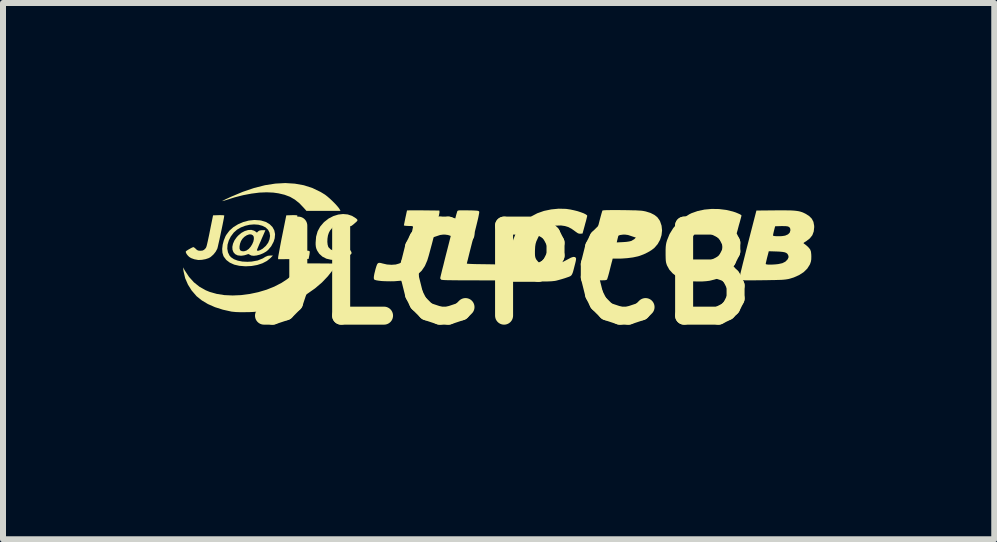
<source format=kicad_pcb>
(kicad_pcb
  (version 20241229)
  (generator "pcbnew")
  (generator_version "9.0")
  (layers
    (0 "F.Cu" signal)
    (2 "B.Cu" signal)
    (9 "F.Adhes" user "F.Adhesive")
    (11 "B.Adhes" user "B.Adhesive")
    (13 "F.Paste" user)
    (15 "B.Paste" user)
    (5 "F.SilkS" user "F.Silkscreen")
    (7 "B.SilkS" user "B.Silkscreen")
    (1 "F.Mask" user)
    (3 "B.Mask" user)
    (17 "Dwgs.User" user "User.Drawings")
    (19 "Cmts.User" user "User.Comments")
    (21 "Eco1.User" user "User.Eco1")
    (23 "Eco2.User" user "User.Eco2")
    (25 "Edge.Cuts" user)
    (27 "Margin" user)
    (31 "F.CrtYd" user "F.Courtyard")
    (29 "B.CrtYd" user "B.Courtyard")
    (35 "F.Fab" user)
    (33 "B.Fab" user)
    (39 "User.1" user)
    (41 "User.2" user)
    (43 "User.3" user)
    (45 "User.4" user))
  (footprint "JLCPCB"
    (layer "F.Cu")
    (at 5.313 1.531)
    (property "Reference" "JLCPCB" (at 0 0 0) (layer "F.SilkS") (effects (font (size 1.5 1.5) (thickness 0.3))))
    (attr board_only exclude_from_pos_files exclude_from_bom)
    (fp_poly (pts (xy -3.45 -1.521) (xy -3.299 -1.494) (xy -3.157 -1.448) (xy -3.022 -1.383) (xy -2.948 -1.338) (xy -2.913 -1.311) (xy -2.871 -1.275) (xy -2.827 -1.234) (xy -2.785 -1.192) (xy -2.748 -1.152) (xy -2.72 -1.118) (xy -2.708 -1.101) (xy -2.69 -1.068) (xy -2.974 -1.068) (xy -3.258 -1.068) (xy -3.3 -1.116) (xy -3.374 -1.194) (xy -3.45 -1.255) (xy -3.531 -1.302) (xy -3.622 -1.336) (xy -3.724 -1.36) (xy -3.809 -1.372) (xy -3.919 -1.377) (xy -4.042 -1.372) (xy -4.174 -1.355) (xy -4.312 -1.329) (xy -4.453 -1.293) (xy -4.535 -1.267) (xy -4.582 -1.252) (xy -4.621 -1.24) (xy -4.648 -1.233) (xy -4.661 -1.23) (xy -4.661 -1.231) (xy -4.651 -1.237) (xy -4.626 -1.25) (xy -4.589 -1.268) (xy -4.543 -1.289) (xy -4.513 -1.303) (xy -4.318 -1.385) (xy -4.129 -1.449) (xy -3.948 -1.495) (xy -3.775 -1.522) (xy -3.609 -1.531)) (stroke (width 0) (type solid)) (fill yes) (layer "F.SilkS"))
    (fp_poly (pts (xy -3.426 -0.995) (xy -3.411 -0.991) (xy -3.407 -0.985) (xy -3.409 -0.972) (xy -3.414 -0.942) (xy -3.423 -0.897) (xy -3.433 -0.841) (xy -3.446 -0.776) (xy -3.461 -0.704) (xy -3.462 -0.696) (xy -3.476 -0.624) (xy -3.489 -0.559) (xy -3.499 -0.502) (xy -3.507 -0.458) (xy -3.511 -0.428) (xy -3.512 -0.414) (xy -3.512 -0.414) (xy -3.5 -0.412) (xy -3.472 -0.41) (xy -3.431 -0.409) (xy -3.382 -0.408) (xy -3.361 -0.408) (xy -3.306 -0.408) (xy -3.259 -0.406) (xy -3.226 -0.403) (xy -3.208 -0.399) (xy -3.207 -0.398) (xy -3.202 -0.381) (xy -3.206 -0.346) (xy -3.209 -0.328) (xy -3.221 -0.267) (xy -3.475 -0.264) (xy -3.729 -0.262) (xy -3.729 -0.29) (xy -3.727 -0.306) (xy -3.721 -0.339) (xy -3.712 -0.388) (xy -3.701 -0.448) (xy -3.688 -0.518) (xy -3.673 -0.596) (xy -3.661 -0.655) (xy -3.593 -0.993) (xy -3.5 -0.996) (xy -3.454 -0.996)) (stroke (width 0) (type solid)) (fill yes) (layer "F.SilkS"))
    (fp_poly (pts (xy -4.648 -0.995) (xy -4.629 -0.992) (xy -4.626 -0.99) (xy -4.629 -0.974) (xy -4.634 -0.941) (xy -4.643 -0.895) (xy -4.654 -0.839) (xy -4.667 -0.776) (xy -4.681 -0.711) (xy -4.695 -0.645) (xy -4.708 -0.583) (xy -4.721 -0.527) (xy -4.731 -0.482) (xy -4.739 -0.449) (xy -4.744 -0.434) (xy -4.77 -0.386) (xy -4.808 -0.339) (xy -4.852 -0.3) (xy -4.887 -0.28) (xy -4.938 -0.263) (xy -4.998 -0.252) (xy -5.054 -0.249) (xy -5.065 -0.25) (xy -5.125 -0.261) (xy -5.18 -0.281) (xy -5.209 -0.299) (xy -5.233 -0.322) (xy -5.254 -0.349) (xy -5.266 -0.374) (xy -5.267 -0.392) (xy -5.267 -0.393) (xy -5.254 -0.403) (xy -5.23 -0.419) (xy -5.2 -0.436) (xy -5.171 -0.452) (xy -5.148 -0.462) (xy -5.141 -0.464) (xy -5.127 -0.457) (xy -5.106 -0.44) (xy -5.1 -0.433) (xy -5.078 -0.414) (xy -5.054 -0.405) (xy -5.025 -0.403) (xy -4.99 -0.406) (xy -4.966 -0.417) (xy -4.95 -0.431) (xy -4.943 -0.439) (xy -4.936 -0.446) (xy -4.93 -0.456) (xy -4.924 -0.471) (xy -4.918 -0.491) (xy -4.911 -0.52) (xy -4.902 -0.559) (xy -4.891 -0.61) (xy -4.877 -0.676) (xy -4.861 -0.757) (xy -4.846 -0.832) (xy -4.813 -0.993) (xy -4.72 -0.996) (xy -4.679 -0.996)) (stroke (width 0) (type solid)) (fill yes) (layer "F.SilkS"))
    (fp_poly (pts (xy -2.569 -1.008) (xy -2.497 -0.984) (xy -2.433 -0.944) (xy -2.43 -0.942) (xy -2.414 -0.927) (xy -2.407 -0.915) (xy -2.41 -0.902) (xy -2.425 -0.885) (xy -2.454 -0.86) (xy -2.471 -0.845) (xy -2.499 -0.823) (xy -2.516 -0.813) (xy -2.527 -0.812) (xy -2.538 -0.82) (xy -2.538 -0.82) (xy -2.57 -0.84) (xy -2.61 -0.857) (xy -2.649 -0.866) (xy -2.659 -0.867) (xy -2.715 -0.857) (xy -2.771 -0.831) (xy -2.822 -0.791) (xy -2.864 -0.74) (xy -2.884 -0.702) (xy -2.899 -0.657) (xy -2.907 -0.604) (xy -2.909 -0.551) (xy -2.904 -0.504) (xy -2.893 -0.467) (xy -2.889 -0.461) (xy -2.853 -0.425) (xy -2.807 -0.404) (xy -2.752 -0.4) (xy -2.691 -0.411) (xy -2.636 -0.434) (xy -2.604 -0.45) (xy -2.58 -0.46) (xy -2.568 -0.463) (xy -2.567 -0.463) (xy -2.56 -0.453) (xy -2.544 -0.433) (xy -2.53 -0.415) (xy -2.512 -0.389) (xy -2.505 -0.368) (xy -2.51 -0.351) (xy -2.53 -0.334) (xy -2.566 -0.313) (xy -2.591 -0.3) (xy -2.68 -0.265) (xy -2.771 -0.25) (xy -2.848 -0.253) (xy -2.925 -0.271) (xy -2.991 -0.305) (xy -3.044 -0.353) (xy -3.078 -0.405) (xy -3.092 -0.437) (xy -3.1 -0.468) (xy -3.104 -0.506) (xy -3.104 -0.54) (xy -3.096 -0.639) (xy -3.071 -0.727) (xy -3.028 -0.806) (xy -2.968 -0.876) (xy -2.958 -0.885) (xy -2.886 -0.941) (xy -2.808 -0.981) (xy -2.727 -1.006) (xy -2.647 -1.015)) (stroke (width 0) (type solid)) (fill yes) (layer "F.SilkS"))
    (fp_poly (pts (xy -2.968 -0.191) (xy -2.901 -0.191) (xy -2.843 -0.19) (xy -2.797 -0.189) (xy -2.766 -0.187) (xy -2.752 -0.186) (xy -2.752 -0.185) (xy -2.758 -0.172) (xy -2.774 -0.146) (xy -2.797 -0.112) (xy -2.826 -0.072) (xy -2.858 -0.031) (xy -2.89 0.009) (xy -2.901 0.023) (xy -2.999 0.126) (xy -3.114 0.224) (xy -3.244 0.315) (xy -3.385 0.396) (xy -3.44 0.423) (xy -3.571 0.481) (xy -3.707 0.529) (xy -3.853 0.568) (xy -3.931 0.586) (xy -3.993 0.598) (xy -4.047 0.607) (xy -4.098 0.613) (xy -4.154 0.617) (xy -4.222 0.62) (xy -4.253 0.62) (xy -4.354 0.621) (xy -4.434 0.618) (xy -4.496 0.612) (xy -4.505 0.611) (xy -4.649 0.579) (xy -4.781 0.537) (xy -4.899 0.485) (xy -5.001 0.424) (xy -5.087 0.355) (xy -5.093 0.348) (xy -5.17 0.259) (xy -5.232 0.16) (xy -5.278 0.054) (xy -5.304 -0.057) (xy -5.307 -0.076) (xy -5.313 -0.126) (xy -5.283 -0.073) (xy -5.213 0.033) (xy -5.132 0.123) (xy -5.039 0.197) (xy -4.934 0.256) (xy -4.868 0.283) (xy -4.751 0.316) (xy -4.623 0.336) (xy -4.487 0.342) (xy -4.346 0.336) (xy -4.202 0.317) (xy -4.06 0.287) (xy -3.922 0.246) (xy -3.792 0.194) (xy -3.672 0.132) (xy -3.579 0.071) (xy -3.538 0.038) (xy -3.492 -0.003) (xy -3.447 -0.047) (xy -3.406 -0.091) (xy -3.372 -0.13) (xy -3.351 -0.16) (xy -3.332 -0.192) (xy -3.042 -0.192)) (stroke (width 0) (type solid)) (fill yes) (layer "F.SilkS"))
    (fp_poly (pts (xy -0.632 -1.077) (xy -0.571 -1.076) (xy -0.563 -1.076) (xy -0.499 -1.075) (xy -0.452 -1.073) (xy -0.419 -1.071) (xy -0.398 -1.068) (xy -0.386 -1.063) (xy -0.38 -1.057) (xy -0.378 -1.047) (xy -0.38 -1.028) (xy -0.386 -0.996) (xy -0.395 -0.951) (xy -0.409 -0.892) (xy -0.427 -0.818) (xy -0.45 -0.726) (xy -0.477 -0.618) (xy -0.5 -0.53) (xy -0.521 -0.447) (xy -0.54 -0.372) (xy -0.556 -0.307) (xy -0.569 -0.254) (xy -0.579 -0.216) (xy -0.584 -0.194) (xy -0.585 -0.189) (xy -0.575 -0.187) (xy -0.548 -0.185) (xy -0.506 -0.183) (xy -0.451 -0.181) (xy -0.387 -0.18) (xy -0.316 -0.179) (xy -0.235 -0.178) (xy -0.172 -0.177) (xy -0.124 -0.176) (xy -0.089 -0.174) (xy -0.065 -0.172) (xy -0.05 -0.168) (xy -0.041 -0.164) (xy -0.037 -0.159) (xy -0.032 -0.145) (xy -0.034 -0.121) (xy -0.041 -0.085) (xy -0.05 -0.048) (xy -0.061 -0.005) (xy -0.071 0.033) (xy -0.079 0.06) (xy -0.082 0.068) (xy -0.09 0.091) (xy -0.542 0.09) (xy -0.659 0.09) (xy -0.762 0.089) (xy -0.848 0.088) (xy -0.916 0.087) (xy -0.967 0.085) (xy -0.999 0.082) (xy -1.01 0.08) (xy -1.025 0.064) (xy -1.028 0.054) (xy -1.026 0.041) (xy -1.019 0.011) (xy -1.008 -0.034) (xy -0.994 -0.092) (xy -0.976 -0.161) (xy -0.957 -0.239) (xy -0.936 -0.323) (xy -0.913 -0.412) (xy -0.89 -0.502) (xy -0.867 -0.593) (xy -0.845 -0.681) (xy -0.823 -0.765) (xy -0.803 -0.843) (xy -0.785 -0.912) (xy -0.77 -0.97) (xy -0.758 -1.015) (xy -0.749 -1.044) (xy -0.746 -1.056) (xy -0.742 -1.064) (xy -0.736 -1.07) (xy -0.725 -1.074) (xy -0.706 -1.076) (xy -0.676 -1.077)) (stroke (width 0) (type solid)) (fill yes) (layer "F.SilkS"))
    (fp_poly (pts (xy -1.385 -1.077) (xy -1.314 -1.076) (xy -1.313 -1.076) (xy -1.043 -1.073) (xy -1.04 -1.048) (xy -1.042 -1.033) (xy -1.048 -1) (xy -1.059 -0.954) (xy -1.072 -0.896) (xy -1.089 -0.829) (xy -1.107 -0.755) (xy -1.126 -0.677) (xy -1.146 -0.598) (xy -1.166 -0.52) (xy -1.186 -0.447) (xy -1.204 -0.379) (xy -1.22 -0.32) (xy -1.234 -0.274) (xy -1.244 -0.241) (xy -1.245 -0.239) (xy -1.284 -0.149) (xy -1.336 -0.072) (xy -1.401 -0.01) (xy -1.48 0.038) (xy -1.572 0.073) (xy -1.68 0.096) (xy -1.794 0.105) (xy -1.854 0.106) (xy -1.92 0.105) (xy -1.981 0.103) (xy -2.009 0.101) (xy -2.053 0.096) (xy -2.09 0.09) (xy -2.115 0.083) (xy -2.123 0.08) (xy -2.132 0.068) (xy -2.135 0.05) (xy -2.133 0.022) (xy -2.126 -0.018) (xy -2.112 -0.074) (xy -2.108 -0.091) (xy -2.093 -0.142) (xy -2.08 -0.176) (xy -2.066 -0.195) (xy -2.048 -0.202) (xy -2.022 -0.2) (xy -1.993 -0.192) (xy -1.915 -0.174) (xy -1.839 -0.169) (xy -1.769 -0.174) (xy -1.71 -0.191) (xy -1.686 -0.203) (xy -1.665 -0.221) (xy -1.644 -0.248) (xy -1.624 -0.287) (xy -1.603 -0.34) (xy -1.581 -0.407) (xy -1.557 -0.491) (xy -1.537 -0.564) (xy -1.521 -0.628) (xy -1.507 -0.687) (xy -1.495 -0.736) (xy -1.487 -0.773) (xy -1.482 -0.795) (xy -1.482 -0.799) (xy -1.484 -0.808) (xy -1.495 -0.813) (xy -1.517 -0.816) (xy -1.555 -0.816) (xy -1.557 -0.816) (xy -1.596 -0.818) (xy -1.623 -0.821) (xy -1.633 -0.826) (xy -1.633 -0.827) (xy -1.631 -0.84) (xy -1.625 -0.869) (xy -1.617 -0.909) (xy -1.608 -0.953) (xy -1.598 -0.999) (xy -1.59 -1.037) (xy -1.584 -1.064) (xy -1.582 -1.074) (xy -1.573 -1.075) (xy -1.546 -1.076) (xy -1.503 -1.077) (xy -1.449 -1.077)) (stroke (width 0) (type solid)) (fill yes) (layer "F.SilkS"))
    (fp_poly (pts (xy 1.065 -1.101) (xy 1.081 -1.099) (xy 1.141 -1.09) (xy 1.202 -1.077) (xy 1.262 -1.062) (xy 1.316 -1.044) (xy 1.362 -1.027) (xy 1.397 -1.009) (xy 1.417 -0.994) (xy 1.421 -0.985) (xy 1.418 -0.971) (xy 1.411 -0.942) (xy 1.401 -0.901) (xy 1.387 -0.852) (xy 1.382 -0.832) (xy 1.343 -0.69) (xy 1.308 -0.687) (xy 1.284 -0.688) (xy 1.26 -0.698) (xy 1.23 -0.719) (xy 1.223 -0.724) (xy 1.162 -0.768) (xy 1.106 -0.798) (xy 1.05 -0.815) (xy 0.987 -0.824) (xy 0.977 -0.824) (xy 0.881 -0.821) (xy 0.797 -0.8) (xy 0.723 -0.762) (xy 0.66 -0.708) (xy 0.609 -0.637) (xy 0.573 -0.559) (xy 0.561 -0.519) (xy 0.554 -0.476) (xy 0.551 -0.423) (xy 0.55 -0.398) (xy 0.55 -0.35) (xy 0.552 -0.316) (xy 0.557 -0.291) (xy 0.566 -0.269) (xy 0.573 -0.256) (xy 0.609 -0.213) (xy 0.658 -0.183) (xy 0.718 -0.166) (xy 0.787 -0.161) (xy 0.863 -0.169) (xy 0.944 -0.19) (xy 1.028 -0.223) (xy 1.101 -0.262) (xy 1.15 -0.288) (xy 1.187 -0.3) (xy 1.214 -0.299) (xy 1.23 -0.287) (xy 1.235 -0.277) (xy 1.235 -0.261) (xy 1.231 -0.235) (xy 1.222 -0.196) (xy 1.21 -0.15) (xy 1.195 -0.091) (xy 1.183 -0.047) (xy 1.171 -0.017) (xy 1.159 0.004) (xy 1.142 0.019) (xy 1.118 0.03) (xy 1.086 0.041) (xy 1.052 0.053) (xy 1 0.069) (xy 0.947 0.084) (xy 0.901 0.096) (xy 0.877 0.1) (xy 0.831 0.105) (xy 0.772 0.108) (xy 0.706 0.109) (xy 0.642 0.108) (xy 0.584 0.105) (xy 0.542 0.1) (xy 0.464 0.081) (xy 0.388 0.05) (xy 0.32 0.012) (xy 0.265 -0.033) (xy 0.249 -0.05) (xy 0.203 -0.119) (xy 0.172 -0.2) (xy 0.155 -0.29) (xy 0.152 -0.386) (xy 0.163 -0.485) (xy 0.188 -0.586) (xy 0.227 -0.685) (xy 0.239 -0.708) (xy 0.288 -0.784) (xy 0.351 -0.858) (xy 0.426 -0.926) (xy 0.506 -0.984) (xy 0.588 -1.027) (xy 0.59 -1.028) (xy 0.701 -1.067) (xy 0.822 -1.092) (xy 0.945 -1.104)) (stroke (width 0) (type solid)) (fill yes) (layer "F.SilkS"))
    (fp_poly (pts (xy 1.926 -1.081) (xy 2.004 -1.08) (xy 2.097 -1.079) (xy 2.173 -1.077) (xy 2.233 -1.076) (xy 2.281 -1.073) (xy 2.319 -1.071) (xy 2.35 -1.067) (xy 2.376 -1.062) (xy 2.396 -1.058) (xy 2.476 -1.033) (xy 2.539 -1.001) (xy 2.588 -0.963) (xy 2.624 -0.914) (xy 2.635 -0.894) (xy 2.66 -0.82) (xy 2.668 -0.741) (xy 2.659 -0.662) (xy 2.634 -0.584) (xy 2.594 -0.513) (xy 2.54 -0.451) (xy 2.536 -0.447) (xy 2.488 -0.411) (xy 2.427 -0.375) (xy 2.36 -0.343) (xy 2.294 -0.318) (xy 2.263 -0.309) (xy 2.183 -0.292) (xy 2.091 -0.28) (xy 1.996 -0.273) (xy 1.938 -0.272) (xy 1.845 -0.272) (xy 1.836 -0.234) (xy 1.829 -0.21) (xy 1.819 -0.171) (xy 1.807 -0.124) (xy 1.794 -0.072) (xy 1.794 -0.071) (xy 1.781 -0.021) (xy 1.769 0.022) (xy 1.759 0.054) (xy 1.753 0.072) (xy 1.752 0.073) (xy 1.747 0.08) (xy 1.737 0.084) (xy 1.719 0.088) (xy 1.691 0.089) (xy 1.649 0.09) (xy 1.59 0.091) (xy 1.578 0.091) (xy 1.514 0.09) (xy 1.468 0.089) (xy 1.436 0.087) (xy 1.414 0.084) (xy 1.402 0.079) (xy 1.397 0.075) (xy 1.384 0.06) (xy 1.381 0.053) (xy 1.383 0.04) (xy 1.39 0.01) (xy 1.401 -0.036) (xy 1.416 -0.094) (xy 1.433 -0.163) (xy 1.453 -0.24) (xy 1.475 -0.324) (xy 1.498 -0.413) (xy 1.521 -0.503) (xy 1.531 -0.542) (xy 1.913 -0.542) (xy 2.017 -0.547) (xy 2.073 -0.551) (xy 2.12 -0.558) (xy 2.153 -0.566) (xy 2.158 -0.568) (xy 2.205 -0.596) (xy 2.239 -0.631) (xy 2.26 -0.67) (xy 2.267 -0.709) (xy 2.261 -0.747) (xy 2.242 -0.779) (xy 2.209 -0.802) (xy 2.173 -0.812) (xy 2.142 -0.814) (xy 2.099 -0.815) (xy 2.057 -0.815) (xy 1.982 -0.811) (xy 1.954 -0.709) (xy 1.942 -0.662) (xy 1.931 -0.619) (xy 1.923 -0.587) (xy 1.92 -0.574) (xy 1.913 -0.542) (xy 1.531 -0.542) (xy 1.545 -0.594) (xy 1.568 -0.683) (xy 1.591 -0.768) (xy 1.612 -0.847) (xy 1.63 -0.917) (xy 1.646 -0.977) (xy 1.659 -1.024) (xy 1.669 -1.057) (xy 1.674 -1.072) (xy 1.674 -1.073) (xy 1.688 -1.076) (xy 1.72 -1.079) (xy 1.771 -1.08) (xy 1.84 -1.081)) (stroke (width 0) (type solid)) (fill yes) (layer "F.SilkS"))
    (fp_poly (pts (xy 3.617 -1.098) (xy 3.738 -1.083) (xy 3.847 -1.057) (xy 3.893 -1.042) (xy 3.934 -1.025) (xy 3.967 -1.01) (xy 3.987 -0.997) (xy 3.991 -0.991) (xy 3.989 -0.979) (xy 3.982 -0.951) (xy 3.972 -0.914) (xy 3.962 -0.877) (xy 3.948 -0.829) (xy 3.936 -0.783) (xy 3.926 -0.745) (xy 3.921 -0.728) (xy 3.913 -0.701) (xy 3.903 -0.689) (xy 3.885 -0.686) (xy 3.875 -0.685) (xy 3.85 -0.689) (xy 3.822 -0.702) (xy 3.786 -0.727) (xy 3.775 -0.735) (xy 3.723 -0.772) (xy 3.676 -0.797) (xy 3.628 -0.812) (xy 3.572 -0.82) (xy 3.508 -0.821) (xy 3.458 -0.821) (xy 3.422 -0.819) (xy 3.395 -0.814) (xy 3.369 -0.805) (xy 3.344 -0.793) (xy 3.271 -0.746) (xy 3.211 -0.685) (xy 3.164 -0.612) (xy 3.133 -0.528) (xy 3.117 -0.436) (xy 3.117 -0.358) (xy 3.122 -0.311) (xy 3.13 -0.277) (xy 3.145 -0.248) (xy 3.147 -0.244) (xy 3.174 -0.211) (xy 3.205 -0.189) (xy 3.245 -0.175) (xy 3.298 -0.168) (xy 3.351 -0.167) (xy 3.423 -0.171) (xy 3.488 -0.182) (xy 3.55 -0.202) (xy 3.618 -0.234) (xy 3.661 -0.258) (xy 3.714 -0.286) (xy 3.753 -0.301) (xy 3.78 -0.303) (xy 3.796 -0.29) (xy 3.8 -0.262) (xy 3.795 -0.217) (xy 3.78 -0.155) (xy 3.774 -0.134) (xy 3.76 -0.085) (xy 3.746 -0.043) (xy 3.735 -0.011) (xy 3.727 0.006) (xy 3.726 0.007) (xy 3.709 0.018) (xy 3.677 0.031) (xy 3.635 0.047) (xy 3.586 0.063) (xy 3.536 0.078) (xy 3.488 0.09) (xy 3.459 0.097) (xy 3.402 0.104) (xy 3.333 0.109) (xy 3.259 0.109) (xy 3.187 0.107) (xy 3.123 0.101) (xy 3.084 0.095) (xy 2.995 0.068) (xy 2.914 0.027) (xy 2.845 -0.026) (xy 2.789 -0.088) (xy 2.751 -0.157) (xy 2.75 -0.159) (xy 2.741 -0.185) (xy 2.734 -0.211) (xy 2.73 -0.241) (xy 2.728 -0.28) (xy 2.727 -0.332) (xy 2.727 -0.358) (xy 2.727 -0.419) (xy 2.729 -0.466) (xy 2.733 -0.503) (xy 2.739 -0.536) (xy 2.749 -0.57) (xy 2.75 -0.575) (xy 2.793 -0.681) (xy 2.854 -0.78) (xy 2.931 -0.87) (xy 3.021 -0.947) (xy 3.122 -1.011) (xy 3.159 -1.029) (xy 3.261 -1.065) (xy 3.374 -1.089) (xy 3.494 -1.1)) (stroke (width 0) (type solid)) (fill yes) (layer "F.SilkS"))
    (fp_poly (pts (xy 4.739 -1.076) (xy 4.808 -1.075) (xy 4.864 -1.072) (xy 4.91 -1.067) (xy 4.949 -1.061) (xy 4.982 -1.052) (xy 5.014 -1.041) (xy 5.045 -1.026) (xy 5.054 -1.022) (xy 5.117 -0.983) (xy 5.162 -0.938) (xy 5.19 -0.885) (xy 5.202 -0.821) (xy 5.203 -0.797) (xy 5.195 -0.724) (xy 5.172 -0.662) (xy 5.131 -0.61) (xy 5.072 -0.564) (xy 5.061 -0.557) (xy 5.035 -0.541) (xy 5.025 -0.531) (xy 5.029 -0.524) (xy 5.035 -0.52) (xy 5.07 -0.494) (xy 5.105 -0.462) (xy 5.132 -0.43) (xy 5.138 -0.419) (xy 5.149 -0.387) (xy 5.154 -0.339) (xy 5.155 -0.307) (xy 5.154 -0.26) (xy 5.148 -0.223) (xy 5.137 -0.19) (xy 5.129 -0.171) (xy 5.087 -0.105) (xy 5.028 -0.047) (xy 4.952 0.002) (xy 4.862 0.042) (xy 4.797 0.062) (xy 4.773 0.068) (xy 4.749 0.072) (xy 4.723 0.076) (xy 4.692 0.079) (xy 4.653 0.082) (xy 4.605 0.083) (xy 4.545 0.085) (xy 4.471 0.086) (xy 4.379 0.088) (xy 4.349 0.088) (xy 4.254 0.089) (xy 4.177 0.09) (xy 4.116 0.09) (xy 4.069 0.09) (xy 4.034 0.089) (xy 4.009 0.088) (xy 3.992 0.085) (xy 3.981 0.082) (xy 3.974 0.078) (xy 3.969 0.073) (xy 3.965 0.068) (xy 3.963 0.062) (xy 3.962 0.052) (xy 3.963 0.037) (xy 3.966 0.016) (xy 3.971 -0.012) (xy 3.98 -0.051) (xy 3.992 -0.1) (xy 4.007 -0.161) (xy 4.012 -0.182) (xy 4.395 -0.182) (xy 4.404 -0.177) (xy 4.429 -0.173) (xy 4.466 -0.172) (xy 4.51 -0.173) (xy 4.558 -0.176) (xy 4.604 -0.181) (xy 4.672 -0.196) (xy 4.722 -0.221) (xy 4.756 -0.255) (xy 4.762 -0.264) (xy 4.774 -0.29) (xy 4.775 -0.31) (xy 4.769 -0.33) (xy 4.757 -0.351) (xy 4.739 -0.366) (xy 4.713 -0.377) (xy 4.675 -0.384) (xy 4.622 -0.389) (xy 4.574 -0.391) (xy 4.446 -0.395) (xy 4.436 -0.356) (xy 4.418 -0.287) (xy 4.406 -0.236) (xy 4.398 -0.202) (xy 4.395 -0.184) (xy 4.395 -0.182) (xy 4.012 -0.182) (xy 4.026 -0.237) (xy 4.049 -0.328) (xy 4.076 -0.436) (xy 4.095 -0.51) (xy 4.133 -0.658) (xy 4.516 -0.658) (xy 4.525 -0.651) (xy 4.549 -0.647) (xy 4.584 -0.645) (xy 4.624 -0.645) (xy 4.665 -0.647) (xy 4.701 -0.652) (xy 4.721 -0.656) (xy 4.766 -0.676) (xy 4.795 -0.705) (xy 4.806 -0.742) (xy 4.806 -0.753) (xy 4.801 -0.779) (xy 4.788 -0.796) (xy 4.766 -0.808) (xy 4.73 -0.813) (xy 4.679 -0.814) (xy 4.652 -0.814) (xy 4.552 -0.811) (xy 4.534 -0.741) (xy 4.525 -0.704) (xy 4.519 -0.675) (xy 4.516 -0.658) (xy 4.516 -0.658) (xy 4.133 -0.658) (xy 4.24 -1.073) (xy 4.554 -1.076) (xy 4.656 -1.077)) (stroke (width 0) (type solid)) (fill yes) (layer "F.SilkS"))
    (fp_poly (pts (xy -4.034 -0.91) (xy -4.01 -0.906) (xy -3.932 -0.882) (xy -3.87 -0.845) (xy -3.823 -0.798) (xy -3.793 -0.743) (xy -3.78 -0.68) (xy -3.786 -0.611) (xy -3.804 -0.553) (xy -3.844 -0.478) (xy -3.895 -0.417) (xy -3.929 -0.389) (xy -3.978 -0.361) (xy -4.031 -0.339) (xy -4.085 -0.325) (xy -4.133 -0.319) (xy -4.174 -0.323) (xy -4.2 -0.335) (xy -4.215 -0.346) (xy -4.229 -0.347) (xy -4.251 -0.34) (xy -4.259 -0.337) (xy -4.293 -0.327) (xy -4.334 -0.321) (xy -4.348 -0.32) (xy -4.403 -0.326) (xy -4.444 -0.346) (xy -4.473 -0.378) (xy -4.489 -0.419) (xy -4.492 -0.467) (xy -4.49 -0.477) (xy -4.372 -0.477) (xy -4.372 -0.439) (xy -4.361 -0.412) (xy -4.359 -0.409) (xy -4.333 -0.396) (xy -4.298 -0.394) (xy -4.261 -0.405) (xy -4.256 -0.407) (xy -4.218 -0.434) (xy -4.186 -0.471) (xy -4.16 -0.513) (xy -4.141 -0.558) (xy -4.133 -0.6) (xy -4.135 -0.636) (xy -4.148 -0.659) (xy -4.177 -0.675) (xy -4.213 -0.675) (xy -4.252 -0.661) (xy -4.292 -0.635) (xy -4.324 -0.602) (xy -4.348 -0.564) (xy -4.364 -0.52) (xy -4.372 -0.477) (xy -4.49 -0.477) (xy -4.481 -0.52) (xy -4.457 -0.575) (xy -4.418 -0.63) (xy -4.392 -0.658) (xy -4.341 -0.701) (xy -4.286 -0.731) (xy -4.23 -0.748) (xy -4.177 -0.751) (xy -4.131 -0.738) (xy -4.113 -0.728) (xy -4.082 -0.705) (xy -4.062 -0.726) (xy -4.04 -0.74) (xy -4.008 -0.745) (xy -3.991 -0.746) (xy -3.941 -0.746) (xy -3.955 -0.713) (xy -3.964 -0.692) (xy -3.979 -0.657) (xy -3.999 -0.612) (xy -4.02 -0.562) (xy -4.025 -0.551) (xy -4.046 -0.504) (xy -4.063 -0.463) (xy -4.076 -0.432) (xy -4.082 -0.415) (xy -4.082 -0.412) (xy -4.075 -0.403) (xy -4.054 -0.404) (xy -4.026 -0.415) (xy -3.994 -0.433) (xy -3.986 -0.438) (xy -3.934 -0.484) (xy -3.895 -0.537) (xy -3.872 -0.594) (xy -3.863 -0.651) (xy -3.872 -0.705) (xy -3.897 -0.753) (xy -3.939 -0.793) (xy -3.994 -0.82) (xy -4.059 -0.837) (xy -4.13 -0.842) (xy -4.204 -0.836) (xy -4.278 -0.819) (xy -4.349 -0.792) (xy -4.413 -0.755) (xy -4.466 -0.708) (xy -4.469 -0.705) (xy -4.518 -0.64) (xy -4.552 -0.572) (xy -4.572 -0.504) (xy -4.576 -0.438) (xy -4.565 -0.377) (xy -4.539 -0.323) (xy -4.514 -0.295) (xy -4.465 -0.262) (xy -4.401 -0.238) (xy -4.325 -0.223) (xy -4.24 -0.219) (xy -4.168 -0.223) (xy -4.07 -0.241) (xy -3.985 -0.275) (xy -3.941 -0.302) (xy -3.901 -0.319) (xy -3.864 -0.323) (xy -3.816 -0.323) (xy -3.856 -0.282) (xy -3.916 -0.233) (xy -3.991 -0.194) (xy -4.077 -0.166) (xy -4.172 -0.149) (xy -4.272 -0.144) (xy -4.373 -0.152) (xy -4.375 -0.152) (xy -4.461 -0.172) (xy -4.534 -0.205) (xy -4.592 -0.249) (xy -4.635 -0.305) (xy -4.641 -0.318) (xy -4.657 -0.37) (xy -4.661 -0.434) (xy -4.653 -0.504) (xy -4.634 -0.576) (xy -4.606 -0.645) (xy -4.592 -0.669) (xy -4.541 -0.737) (xy -4.475 -0.796) (xy -4.397 -0.844) (xy -4.31 -0.882) (xy -4.218 -0.906) (xy -4.125 -0.916)) (stroke (width 0) (type solid)) (fill yes) (layer "F.SilkS")))
  (gr_rect
    (start -3 -3)
    (end 13.516 5.935)
    (stroke (width 0.1) (type default))
    (fill no)
    (layer "Edge.Cuts")))
</source>
